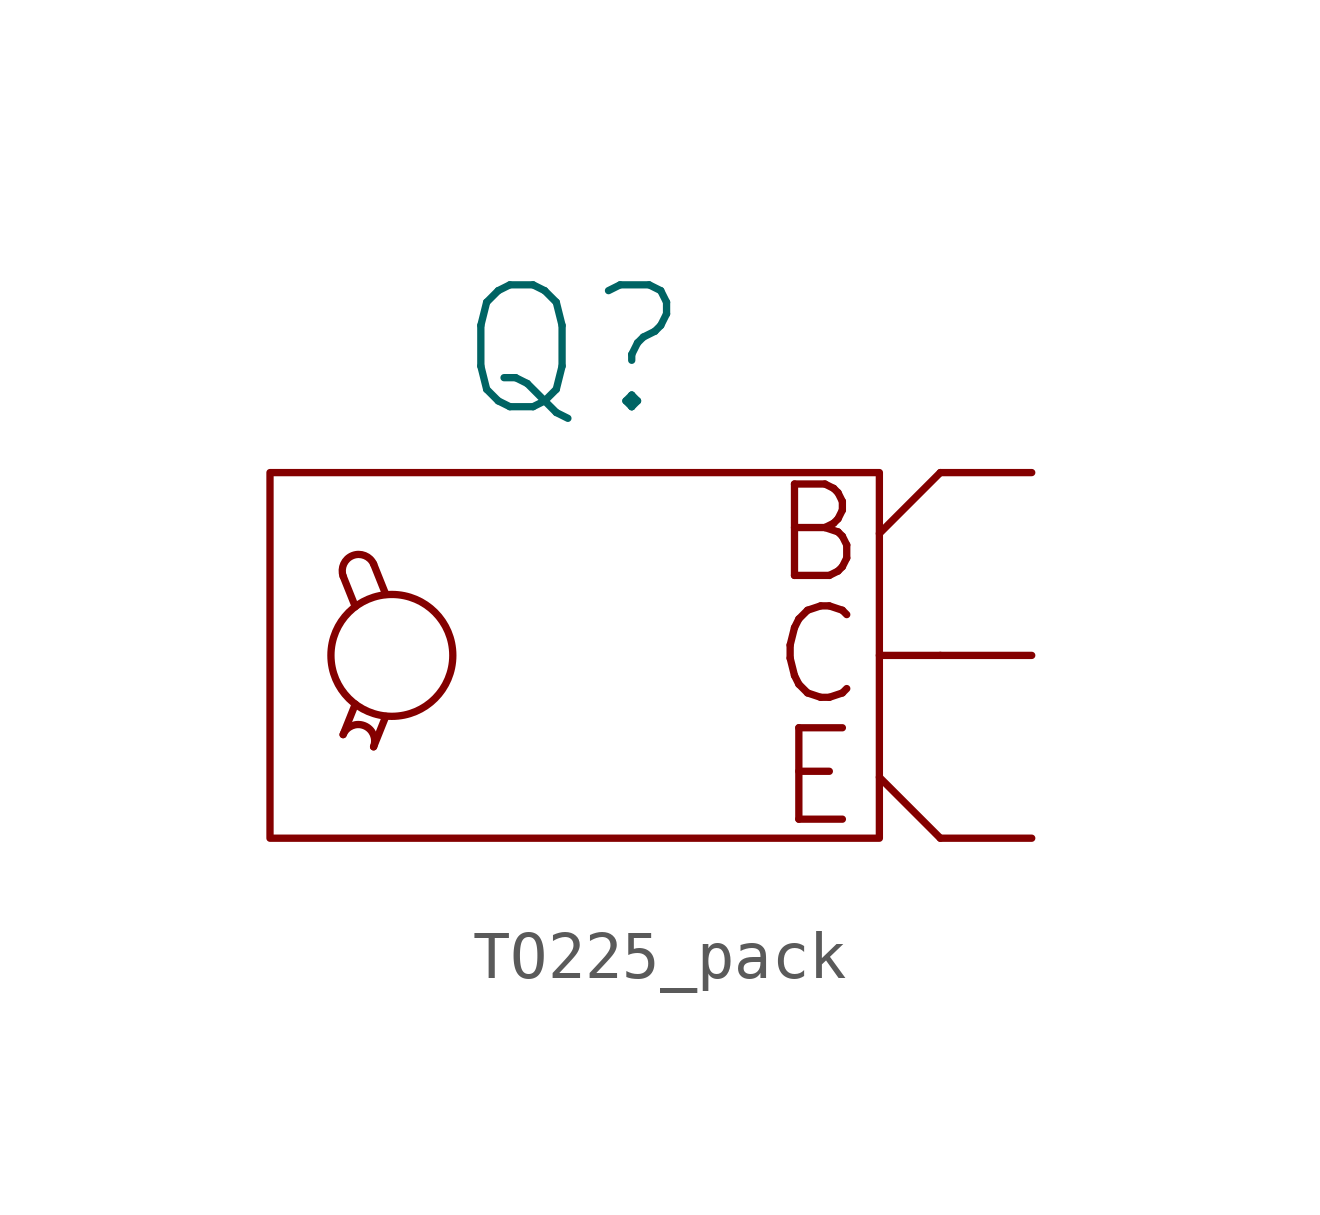
<source format=kicad_sym>
(kicad_symbol_lib
  (version 20231120)
  (generator "kicad_symbol_editor")
  (generator_version "8.0")
  (symbol "TO225_pack"
    (pin_names
      (offset 1.016))
    (property "Reference" "Q"
      (at -12.065 6.35 0)
      (effects (font (size 2.54 2.54)) (justify left)))
    (symbol "TO225_pack_0_0"
      (rectangle (start -15.875 -3.81) (end -3.175 3.81) (stroke (width 0) (type default)) (fill (type none)))
      (arc (start -13.716 -1.905) (mid -13.9091 -1.4672) (end -14.351 -1.651) (stroke (width 0) (type default)) (fill (type none)))
      (arc (start -13.716 1.905) (mid -14.1436 2.0845) (end -14.351 1.651) (stroke (width 0) (type default)) (fill (type none)))
      (circle (center -13.335 0) (radius 1.27) (stroke (width 0) (type default)) (fill (type none)))
      (polyline (pts (xy -14.097 -1.016) (xy -14.351 -1.651)) (stroke (width 0) (type default)) (fill (type none)))
      (polyline (pts (xy -14.097 1.016) (xy -14.351 1.651)) (stroke (width 0) (type default)) (fill (type none)))
      (polyline (pts (xy -13.462 -1.27) (xy -13.716 -1.905)) (stroke (width 0) (type default)) (fill (type none)))
      (polyline (pts (xy -13.462 1.27) (xy -13.716 1.905)) (stroke (width 0) (type default)) (fill (type none)))
      (polyline (pts (xy -1.905 -3.81) (xy -3.175 -2.54)) (stroke (width 0) (type default)) (fill (type none)))
      (polyline (pts (xy -1.905 0) (xy -3.175 0)) (stroke (width 0) (type default)) (fill (type none)))
      (polyline (pts (xy -1.905 3.81) (xy -3.175 2.54)) (stroke (width 0) (type default)) (fill (type none)))
      (text "B" (at -4.445 2.54 0) (effects (font (size 1.905 1.905))))
      (text "C" (at -4.445 0 0) (effects (font (size 1.905 1.905))))
      (text "E" (at -4.445 -2.54 0) (effects (font (size 1.905 1.905)))))
    (symbol "TO225_pack_1_1"
      (pin input line (at 0 -3.81 180) (length 1.905) (name "" (effects (font (size 1.27 1.27)))) (number "" (effects (font (size 1.143 1.143)))))
      (pin input line (at 0 0 180) (length 1.905) (name "" (effects (font (size 1.27 1.27)))) (number "" (effects (font (size 1.143 1.143)))))
      (pin input line (at 0 3.81 180) (length 1.905) (name "" (effects (font (size 1.27 1.27)))) (number "" (effects (font (size 1.143 1.143))))))))
</source>
